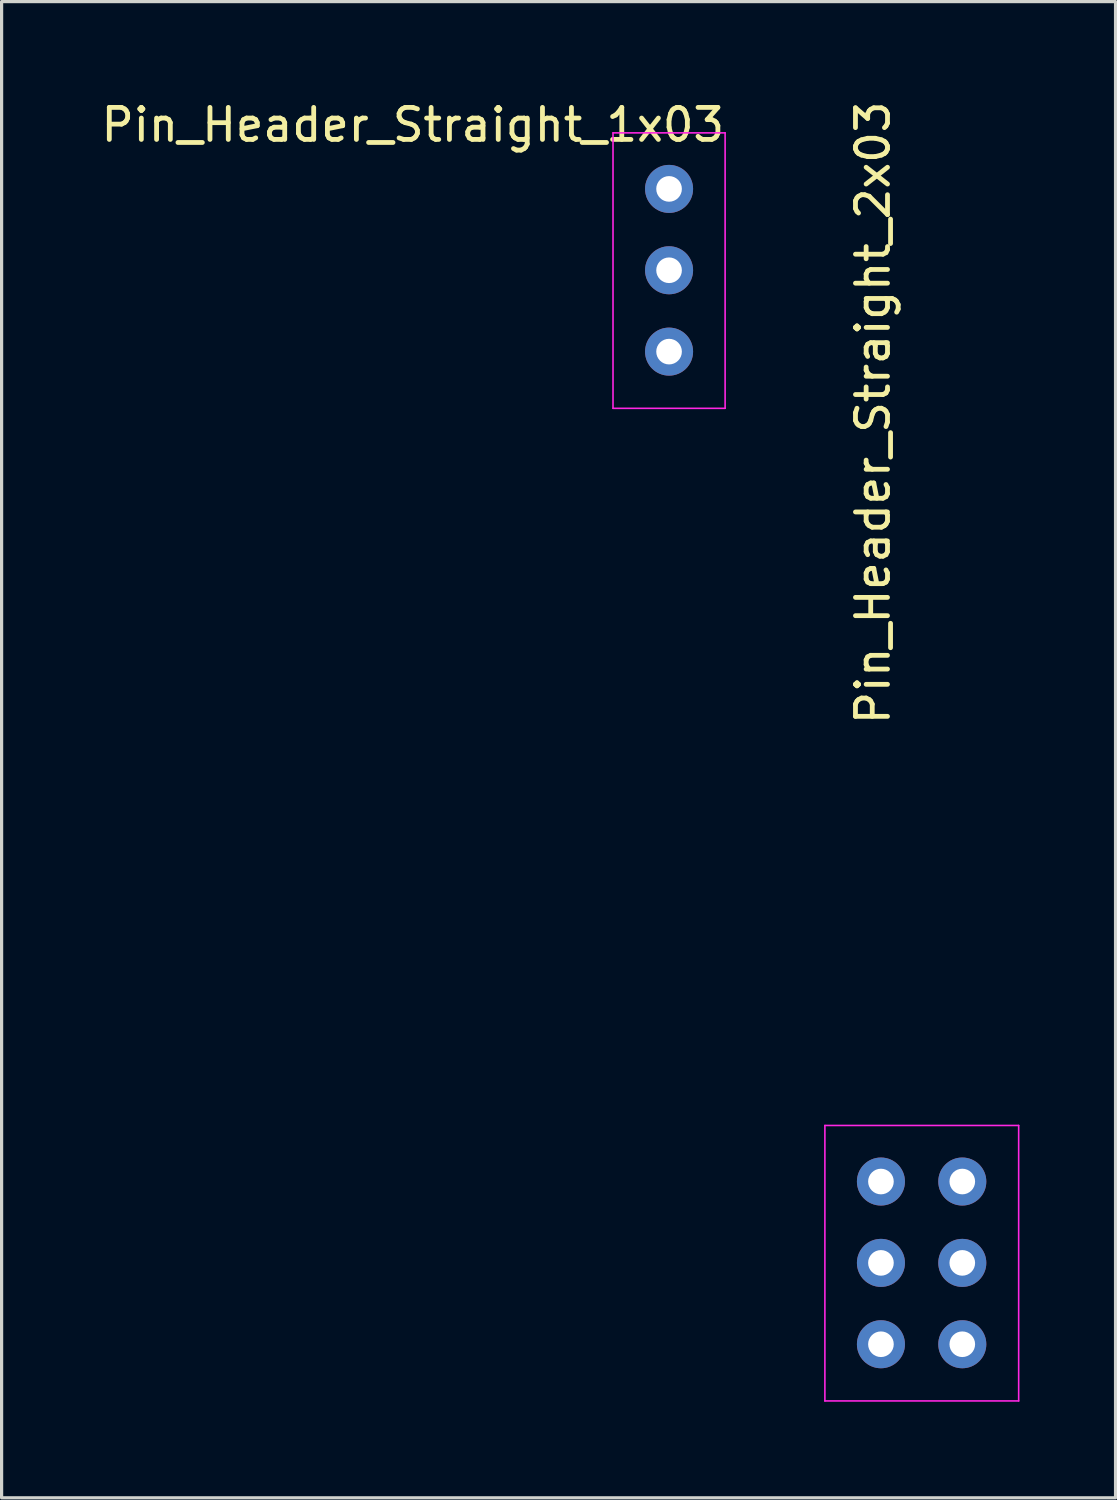
<source format=kicad_pcb>
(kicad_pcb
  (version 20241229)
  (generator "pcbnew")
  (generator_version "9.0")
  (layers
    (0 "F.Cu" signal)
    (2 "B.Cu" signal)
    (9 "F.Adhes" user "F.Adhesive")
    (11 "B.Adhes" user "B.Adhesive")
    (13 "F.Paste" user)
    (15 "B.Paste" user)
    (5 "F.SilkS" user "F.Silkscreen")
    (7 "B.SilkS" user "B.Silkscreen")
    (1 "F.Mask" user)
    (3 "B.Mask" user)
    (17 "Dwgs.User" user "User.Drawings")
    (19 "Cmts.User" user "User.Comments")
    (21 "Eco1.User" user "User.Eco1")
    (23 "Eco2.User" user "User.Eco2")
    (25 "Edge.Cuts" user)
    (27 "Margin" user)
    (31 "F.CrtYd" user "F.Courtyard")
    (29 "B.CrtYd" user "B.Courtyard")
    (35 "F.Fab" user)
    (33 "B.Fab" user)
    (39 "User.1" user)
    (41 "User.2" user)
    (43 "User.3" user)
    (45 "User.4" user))
  (footprint "Pin_Header_Straight_2x03"
    (layer "F.Cu")
    (at 24.454 33.839)
    (property "Reference" "Pin_Header_Straight_2x03" (at -0.25 -24 90) (layer "F.SilkS") (effects (font (size 1 1) (thickness 0.15))))
    (attr through_hole)
    (fp_line (start -1.75 -1.75) (end -1.75 6.85) (stroke (width 0.05) (type solid)) (layer "F.CrtYd"))
    (fp_line (start -1.75 -1.75) (end 4.3 -1.75) (stroke (width 0.05) (type solid)) (layer "F.CrtYd"))
    (fp_line (start -1.75 6.85) (end 4.3 6.85) (stroke (width 0.05) (type solid)) (layer "F.CrtYd"))
    (fp_line (start 4.3 -1.75) (end 4.3 6.85) (stroke (width 0.05) (type solid)) (layer "F.CrtYd"))
    (pad "1" thru_hole circle (at 0 0) (size 1.5 1.5) (drill 0.8) (layers "F.Cu" "F.Mask"))
    (pad "2" thru_hole circle (at 2.54 0) (size 1.5 1.5) (drill 0.8) (layers "F.Cu" "F.Mask"))
    (pad "3" thru_hole circle (at 0 2.54) (size 1.5 1.5) (drill 0.8) (layers "F.Cu" "F.Mask"))
    (pad "4" thru_hole circle (at 2.54 2.54) (size 1.5 1.5) (drill 0.8) (layers "F.Cu" "F.Mask"))
    (pad "5" thru_hole circle (at 0 5.08) (size 1.5 1.5) (drill 0.8) (layers "F.Cu" "F.Mask"))
    (pad "6" thru_hole circle (at 2.54 5.08) (size 1.5 1.5) (drill 0.8) (layers "F.Cu" "F.Mask")))
  (footprint "Pin_Header_Straight_1x03"
    (layer "F.Cu")
    (at 17.839 2.848)
    (property "Reference" "Pin_Header_Straight_1x03" (at -8 -2 0) (layer "F.SilkS") (effects (font (size 1 1) (thickness 0.15))))
    (attr through_hole)
    (fp_line (start -1.75 -1.75) (end -1.75 6.85) (stroke (width 0.05) (type solid)) (layer "F.CrtYd"))
    (fp_line (start -1.75 -1.75) (end 1.75 -1.75) (stroke (width 0.05) (type solid)) (layer "F.CrtYd"))
    (fp_line (start -1.75 6.85) (end 1.75 6.85) (stroke (width 0.05) (type solid)) (layer "F.CrtYd"))
    (fp_line (start 1.75 -1.75) (end 1.75 6.85) (stroke (width 0.05) (type solid)) (layer "F.CrtYd"))
    (pad "1" thru_hole circle (at 0 0) (size 1.5 1.5) (drill 0.8) (layers "F.Cu" "F.Mask"))
    (pad "2" thru_hole circle (at 0 2.54) (size 1.5 1.5) (drill 0.8) (layers "F.Cu" "F.Mask"))
    (pad "3" thru_hole circle (at 0 5.08) (size 1.5 1.5) (drill 0.8) (layers "F.Cu" "F.Mask")))
  (gr_rect
    (start -3 -3)
    (end 31.779 43.714)
    (stroke (width 0.1) (type default))
    (fill no)
    (layer "Edge.Cuts")))
</source>
